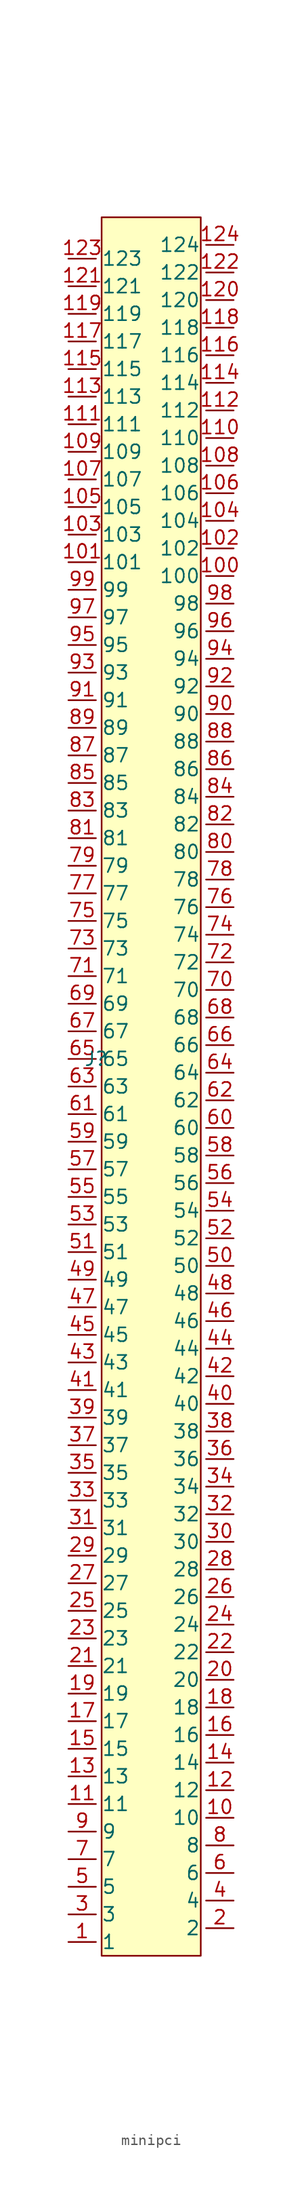
<source format=kicad_sym>
(kicad_symbol_lib
  (version 20220914)
  (generator kicad_symbol_editor)
  (symbol "minipci"
    (property "Reference" "J"
      (at -5.08 118.11 0)
      (effects (font (size 1.27 1.27))))
    (property "Value" ""
      (at 5.08 77.47 0)
      (effects (font (size 1.27 1.27))))
    (symbol "minipci_0_1"
      (rectangle (start -4.555 195.58) (end 4.59 35.56) (stroke (width 0) (type default)) (fill (type background))))
    (symbol "minipci_1_1"
      (pin input line (at -7.62 36.83 0) (length 2.54) (name "1" (effects (font (size 1.27 1.27)))) (number "1" (effects (font (size 1.27 1.27)))))
      (pin input line (at 7.62 48.26 180) (length 2.54) (name "10" (effects (font (size 1.27 1.27)))) (number "10" (effects (font (size 1.27 1.27)))))
      (pin input line (at 7.62 162.56 180) (length 2.54) (name "100" (effects (font (size 1.27 1.27)))) (number "100" (effects (font (size 1.27 1.27)))))
      (pin input line (at -7.62 163.83 0) (length 2.54) (name "101" (effects (font (size 1.27 1.27)))) (number "101" (effects (font (size 1.27 1.27)))))
      (pin input line (at 7.62 165.1 180) (length 2.54) (name "102" (effects (font (size 1.27 1.27)))) (number "102" (effects (font (size 1.27 1.27)))))
      (pin input line (at -7.62 166.37 0) (length 2.54) (name "103" (effects (font (size 1.27 1.27)))) (number "103" (effects (font (size 1.27 1.27)))))
      (pin input line (at 7.62 167.64 180) (length 2.54) (name "104" (effects (font (size 1.27 1.27)))) (number "104" (effects (font (size 1.27 1.27)))))
      (pin input line (at -7.62 168.91 0) (length 2.54) (name "105" (effects (font (size 1.27 1.27)))) (number "105" (effects (font (size 1.27 1.27)))))
      (pin input line (at 7.62 170.18 180) (length 2.54) (name "106" (effects (font (size 1.27 1.27)))) (number "106" (effects (font (size 1.27 1.27)))))
      (pin input line (at -7.62 171.45 0) (length 2.54) (name "107" (effects (font (size 1.27 1.27)))) (number "107" (effects (font (size 1.27 1.27)))))
      (pin input line (at 7.62 172.72 180) (length 2.54) (name "108" (effects (font (size 1.27 1.27)))) (number "108" (effects (font (size 1.27 1.27)))))
      (pin input line (at -7.62 173.99 0) (length 2.54) (name "109" (effects (font (size 1.27 1.27)))) (number "109" (effects (font (size 1.27 1.27)))))
      (pin input line (at -7.62 49.53 0) (length 2.54) (name "11" (effects (font (size 1.27 1.27)))) (number "11" (effects (font (size 1.27 1.27)))))
      (pin input line (at 7.62 175.26 180) (length 2.54) (name "110" (effects (font (size 1.27 1.27)))) (number "110" (effects (font (size 1.27 1.27)))))
      (pin input line (at -7.62 176.53 0) (length 2.54) (name "111" (effects (font (size 1.27 1.27)))) (number "111" (effects (font (size 1.27 1.27)))))
      (pin input line (at 7.62 177.8 180) (length 2.54) (name "112" (effects (font (size 1.27 1.27)))) (number "112" (effects (font (size 1.27 1.27)))))
      (pin input line (at -7.62 179.07 0) (length 2.54) (name "113" (effects (font (size 1.27 1.27)))) (number "113" (effects (font (size 1.27 1.27)))))
      (pin input line (at 7.62 180.34 180) (length 2.54) (name "114" (effects (font (size 1.27 1.27)))) (number "114" (effects (font (size 1.27 1.27)))))
      (pin input line (at -7.62 181.61 0) (length 2.54) (name "115" (effects (font (size 1.27 1.27)))) (number "115" (effects (font (size 1.27 1.27)))))
      (pin input line (at 7.62 182.88 180) (length 2.54) (name "116" (effects (font (size 1.27 1.27)))) (number "116" (effects (font (size 1.27 1.27)))))
      (pin input line (at -7.62 184.15 0) (length 2.54) (name "117" (effects (font (size 1.27 1.27)))) (number "117" (effects (font (size 1.27 1.27)))))
      (pin input line (at 7.62 185.42 180) (length 2.54) (name "118" (effects (font (size 1.27 1.27)))) (number "118" (effects (font (size 1.27 1.27)))))
      (pin input line (at -7.62 186.69 0) (length 2.54) (name "119" (effects (font (size 1.27 1.27)))) (number "119" (effects (font (size 1.27 1.27)))))
      (pin input line (at 7.62 50.8 180) (length 2.54) (name "12" (effects (font (size 1.27 1.27)))) (number "12" (effects (font (size 1.27 1.27)))))
      (pin input line (at 7.62 187.96 180) (length 2.54) (name "120" (effects (font (size 1.27 1.27)))) (number "120" (effects (font (size 1.27 1.27)))))
      (pin input line (at -7.62 189.23 0) (length 2.54) (name "121" (effects (font (size 1.27 1.27)))) (number "121" (effects (font (size 1.27 1.27)))))
      (pin input line (at 7.62 190.5 180) (length 2.54) (name "122" (effects (font (size 1.27 1.27)))) (number "122" (effects (font (size 1.27 1.27)))))
      (pin input line (at -7.62 191.77 0) (length 2.54) (name "123" (effects (font (size 1.27 1.27)))) (number "123" (effects (font (size 1.27 1.27)))))
      (pin input line (at 7.62 193.04 180) (length 2.54) (name "124" (effects (font (size 1.27 1.27)))) (number "124" (effects (font (size 1.27 1.27)))))
      (pin input line (at -7.62 52.07 0) (length 2.54) (name "13" (effects (font (size 1.27 1.27)))) (number "13" (effects (font (size 1.27 1.27)))))
      (pin input line (at 7.62 53.34 180) (length 2.54) (name "14" (effects (font (size 1.27 1.27)))) (number "14" (effects (font (size 1.27 1.27)))))
      (pin input line (at -7.62 54.61 0) (length 2.54) (name "15" (effects (font (size 1.27 1.27)))) (number "15" (effects (font (size 1.27 1.27)))))
      (pin input line (at 7.62 55.88 180) (length 2.54) (name "16" (effects (font (size 1.27 1.27)))) (number "16" (effects (font (size 1.27 1.27)))))
      (pin input line (at -7.62 57.15 0) (length 2.54) (name "17" (effects (font (size 1.27 1.27)))) (number "17" (effects (font (size 1.27 1.27)))))
      (pin input line (at 7.62 58.42 180) (length 2.54) (name "18" (effects (font (size 1.27 1.27)))) (number "18" (effects (font (size 1.27 1.27)))))
      (pin input line (at -7.62 59.69 0) (length 2.54) (name "19" (effects (font (size 1.27 1.27)))) (number "19" (effects (font (size 1.27 1.27)))))
      (pin input line (at 7.62 38.1 180) (length 2.54) (name "2" (effects (font (size 1.27 1.27)))) (number "2" (effects (font (size 1.27 1.27)))))
      (pin input line (at 7.62 60.96 180) (length 2.54) (name "20" (effects (font (size 1.27 1.27)))) (number "20" (effects (font (size 1.27 1.27)))))
      (pin input line (at -7.62 62.23 0) (length 2.54) (name "21" (effects (font (size 1.27 1.27)))) (number "21" (effects (font (size 1.27 1.27)))))
      (pin input line (at 7.62 63.5 180) (length 2.54) (name "22" (effects (font (size 1.27 1.27)))) (number "22" (effects (font (size 1.27 1.27)))))
      (pin input line (at -7.62 64.77 0) (length 2.54) (name "23" (effects (font (size 1.27 1.27)))) (number "23" (effects (font (size 1.27 1.27)))))
      (pin input line (at 7.62 66.04 180) (length 2.54) (name "24" (effects (font (size 1.27 1.27)))) (number "24" (effects (font (size 1.27 1.27)))))
      (pin input line (at -7.62 67.31 0) (length 2.54) (name "25" (effects (font (size 1.27 1.27)))) (number "25" (effects (font (size 1.27 1.27)))))
      (pin input line (at 7.62 68.58 180) (length 2.54) (name "26" (effects (font (size 1.27 1.27)))) (number "26" (effects (font (size 1.27 1.27)))))
      (pin input line (at -7.62 69.85 0) (length 2.54) (name "27" (effects (font (size 1.27 1.27)))) (number "27" (effects (font (size 1.27 1.27)))))
      (pin input line (at 7.62 71.12 180) (length 2.54) (name "28" (effects (font (size 1.27 1.27)))) (number "28" (effects (font (size 1.27 1.27)))))
      (pin input line (at -7.62 72.39 0) (length 2.54) (name "29" (effects (font (size 1.27 1.27)))) (number "29" (effects (font (size 1.27 1.27)))))
      (pin input line (at -7.62 39.37 0) (length 2.54) (name "3" (effects (font (size 1.27 1.27)))) (number "3" (effects (font (size 1.27 1.27)))))
      (pin input line (at 7.62 73.66 180) (length 2.54) (name "30" (effects (font (size 1.27 1.27)))) (number "30" (effects (font (size 1.27 1.27)))))
      (pin input line (at -7.62 74.93 0) (length 2.54) (name "31" (effects (font (size 1.27 1.27)))) (number "31" (effects (font (size 1.27 1.27)))))
      (pin input line (at 7.62 76.2 180) (length 2.54) (name "32" (effects (font (size 1.27 1.27)))) (number "32" (effects (font (size 1.27 1.27)))))
      (pin input line (at -7.62 77.47 0) (length 2.54) (name "33" (effects (font (size 1.27 1.27)))) (number "33" (effects (font (size 1.27 1.27)))))
      (pin input line (at 7.62 78.74 180) (length 2.54) (name "34" (effects (font (size 1.27 1.27)))) (number "34" (effects (font (size 1.27 1.27)))))
      (pin input line (at -7.62 80.01 0) (length 2.54) (name "35" (effects (font (size 1.27 1.27)))) (number "35" (effects (font (size 1.27 1.27)))))
      (pin input line (at 7.62 81.28 180) (length 2.54) (name "36" (effects (font (size 1.27 1.27)))) (number "36" (effects (font (size 1.27 1.27)))))
      (pin input line (at -7.62 82.55 0) (length 2.54) (name "37" (effects (font (size 1.27 1.27)))) (number "37" (effects (font (size 1.27 1.27)))))
      (pin input line (at 7.62 83.82 180) (length 2.54) (name "38" (effects (font (size 1.27 1.27)))) (number "38" (effects (font (size 1.27 1.27)))))
      (pin input line (at -7.62 85.09 0) (length 2.54) (name "39" (effects (font (size 1.27 1.27)))) (number "39" (effects (font (size 1.27 1.27)))))
      (pin input line (at 7.62 40.64 180) (length 2.54) (name "4" (effects (font (size 1.27 1.27)))) (number "4" (effects (font (size 1.27 1.27)))))
      (pin input line (at 7.62 86.36 180) (length 2.54) (name "40" (effects (font (size 1.27 1.27)))) (number "40" (effects (font (size 1.27 1.27)))))
      (pin input line (at -7.62 87.63 0) (length 2.54) (name "41" (effects (font (size 1.27 1.27)))) (number "41" (effects (font (size 1.27 1.27)))))
      (pin input line (at 7.62 88.9 180) (length 2.54) (name "42" (effects (font (size 1.27 1.27)))) (number "42" (effects (font (size 1.27 1.27)))))
      (pin input line (at -7.62 90.17 0) (length 2.54) (name "43" (effects (font (size 1.27 1.27)))) (number "43" (effects (font (size 1.27 1.27)))))
      (pin input line (at 7.62 91.44 180) (length 2.54) (name "44" (effects (font (size 1.27 1.27)))) (number "44" (effects (font (size 1.27 1.27)))))
      (pin input line (at -7.62 92.71 0) (length 2.54) (name "45" (effects (font (size 1.27 1.27)))) (number "45" (effects (font (size 1.27 1.27)))))
      (pin input line (at 7.62 93.98 180) (length 2.54) (name "46" (effects (font (size 1.27 1.27)))) (number "46" (effects (font (size 1.27 1.27)))))
      (pin input line (at -7.62 95.25 0) (length 2.54) (name "47" (effects (font (size 1.27 1.27)))) (number "47" (effects (font (size 1.27 1.27)))))
      (pin input line (at 7.62 96.52 180) (length 2.54) (name "48" (effects (font (size 1.27 1.27)))) (number "48" (effects (font (size 1.27 1.27)))))
      (pin input line (at -7.62 97.79 0) (length 2.54) (name "49" (effects (font (size 1.27 1.27)))) (number "49" (effects (font (size 1.27 1.27)))))
      (pin input line (at -7.62 41.91 0) (length 2.54) (name "5" (effects (font (size 1.27 1.27)))) (number "5" (effects (font (size 1.27 1.27)))))
      (pin input line (at 7.62 99.06 180) (length 2.54) (name "50" (effects (font (size 1.27 1.27)))) (number "50" (effects (font (size 1.27 1.27)))))
      (pin input line (at -7.62 100.33 0) (length 2.54) (name "51" (effects (font (size 1.27 1.27)))) (number "51" (effects (font (size 1.27 1.27)))))
      (pin input line (at 7.62 101.6 180) (length 2.54) (name "52" (effects (font (size 1.27 1.27)))) (number "52" (effects (font (size 1.27 1.27)))))
      (pin input line (at -7.62 102.87 0) (length 2.54) (name "53" (effects (font (size 1.27 1.27)))) (number "53" (effects (font (size 1.27 1.27)))))
      (pin input line (at 7.62 104.14 180) (length 2.54) (name "54" (effects (font (size 1.27 1.27)))) (number "54" (effects (font (size 1.27 1.27)))))
      (pin input line (at -7.62 105.41 0) (length 2.54) (name "55" (effects (font (size 1.27 1.27)))) (number "55" (effects (font (size 1.27 1.27)))))
      (pin input line (at 7.62 106.68 180) (length 2.54) (name "56" (effects (font (size 1.27 1.27)))) (number "56" (effects (font (size 1.27 1.27)))))
      (pin input line (at -7.62 107.95 0) (length 2.54) (name "57" (effects (font (size 1.27 1.27)))) (number "57" (effects (font (size 1.27 1.27)))))
      (pin input line (at 7.62 109.22 180) (length 2.54) (name "58" (effects (font (size 1.27 1.27)))) (number "58" (effects (font (size 1.27 1.27)))))
      (pin input line (at -7.62 110.49 0) (length 2.54) (name "59" (effects (font (size 1.27 1.27)))) (number "59" (effects (font (size 1.27 1.27)))))
      (pin input line (at 7.62 43.18 180) (length 2.54) (name "6" (effects (font (size 1.27 1.27)))) (number "6" (effects (font (size 1.27 1.27)))))
      (pin input line (at 7.62 111.76 180) (length 2.54) (name "60" (effects (font (size 1.27 1.27)))) (number "60" (effects (font (size 1.27 1.27)))))
      (pin input line (at -7.62 113.03 0) (length 2.54) (name "61" (effects (font (size 1.27 1.27)))) (number "61" (effects (font (size 1.27 1.27)))))
      (pin input line (at 7.62 114.3 180) (length 2.54) (name "62" (effects (font (size 1.27 1.27)))) (number "62" (effects (font (size 1.27 1.27)))))
      (pin input line (at -7.62 115.57 0) (length 2.54) (name "63" (effects (font (size 1.27 1.27)))) (number "63" (effects (font (size 1.27 1.27)))))
      (pin input line (at 7.62 116.84 180) (length 2.54) (name "64" (effects (font (size 1.27 1.27)))) (number "64" (effects (font (size 1.27 1.27)))))
      (pin input line (at -7.62 118.11 0) (length 2.54) (name "65" (effects (font (size 1.27 1.27)))) (number "65" (effects (font (size 1.27 1.27)))))
      (pin input line (at 7.62 119.38 180) (length 2.54) (name "66" (effects (font (size 1.27 1.27)))) (number "66" (effects (font (size 1.27 1.27)))))
      (pin input line (at -7.62 120.65 0) (length 2.54) (name "67" (effects (font (size 1.27 1.27)))) (number "67" (effects (font (size 1.27 1.27)))))
      (pin input line (at 7.62 121.92 180) (length 2.54) (name "68" (effects (font (size 1.27 1.27)))) (number "68" (effects (font (size 1.27 1.27)))))
      (pin input line (at -7.62 123.19 0) (length 2.54) (name "69" (effects (font (size 1.27 1.27)))) (number "69" (effects (font (size 1.27 1.27)))))
      (pin input line (at -7.62 44.45 0) (length 2.54) (name "7" (effects (font (size 1.27 1.27)))) (number "7" (effects (font (size 1.27 1.27)))))
      (pin input line (at 7.62 124.46 180) (length 2.54) (name "70" (effects (font (size 1.27 1.27)))) (number "70" (effects (font (size 1.27 1.27)))))
      (pin input line (at -7.62 125.73 0) (length 2.54) (name "71" (effects (font (size 1.27 1.27)))) (number "71" (effects (font (size 1.27 1.27)))))
      (pin input line (at 7.62 127 180) (length 2.54) (name "72" (effects (font (size 1.27 1.27)))) (number "72" (effects (font (size 1.27 1.27)))))
      (pin input line (at -7.62 128.27 0) (length 2.54) (name "73" (effects (font (size 1.27 1.27)))) (number "73" (effects (font (size 1.27 1.27)))))
      (pin input line (at 7.62 129.54 180) (length 2.54) (name "74" (effects (font (size 1.27 1.27)))) (number "74" (effects (font (size 1.27 1.27)))))
      (pin input line (at -7.62 130.81 0) (length 2.54) (name "75" (effects (font (size 1.27 1.27)))) (number "75" (effects (font (size 1.27 1.27)))))
      (pin input line (at 7.62 132.08 180) (length 2.54) (name "76" (effects (font (size 1.27 1.27)))) (number "76" (effects (font (size 1.27 1.27)))))
      (pin input line (at -7.62 133.35 0) (length 2.54) (name "77" (effects (font (size 1.27 1.27)))) (number "77" (effects (font (size 1.27 1.27)))))
      (pin input line (at 7.62 134.62 180) (length 2.54) (name "78" (effects (font (size 1.27 1.27)))) (number "78" (effects (font (size 1.27 1.27)))))
      (pin input line (at -7.62 135.89 0) (length 2.54) (name "79" (effects (font (size 1.27 1.27)))) (number "79" (effects (font (size 1.27 1.27)))))
      (pin input line (at 7.62 45.72 180) (length 2.54) (name "8" (effects (font (size 1.27 1.27)))) (number "8" (effects (font (size 1.27 1.27)))))
      (pin input line (at 7.62 137.16 180) (length 2.54) (name "80" (effects (font (size 1.27 1.27)))) (number "80" (effects (font (size 1.27 1.27)))))
      (pin input line (at -7.62 138.43 0) (length 2.54) (name "81" (effects (font (size 1.27 1.27)))) (number "81" (effects (font (size 1.27 1.27)))))
      (pin input line (at 7.62 139.7 180) (length 2.54) (name "82" (effects (font (size 1.27 1.27)))) (number "82" (effects (font (size 1.27 1.27)))))
      (pin input line (at -7.62 140.97 0) (length 2.54) (name "83" (effects (font (size 1.27 1.27)))) (number "83" (effects (font (size 1.27 1.27)))))
      (pin input line (at 7.62 142.24 180) (length 2.54) (name "84" (effects (font (size 1.27 1.27)))) (number "84" (effects (font (size 1.27 1.27)))))
      (pin input line (at -7.62 143.51 0) (length 2.54) (name "85" (effects (font (size 1.27 1.27)))) (number "85" (effects (font (size 1.27 1.27)))))
      (pin input line (at 7.62 144.78 180) (length 2.54) (name "86" (effects (font (size 1.27 1.27)))) (number "86" (effects (font (size 1.27 1.27)))))
      (pin input line (at -7.62 146.05 0) (length 2.54) (name "87" (effects (font (size 1.27 1.27)))) (number "87" (effects (font (size 1.27 1.27)))))
      (pin input line (at 7.62 147.32 180) (length 2.54) (name "88" (effects (font (size 1.27 1.27)))) (number "88" (effects (font (size 1.27 1.27)))))
      (pin input line (at -7.62 148.59 0) (length 2.54) (name "89" (effects (font (size 1.27 1.27)))) (number "89" (effects (font (size 1.27 1.27)))))
      (pin input line (at -7.62 46.99 0) (length 2.54) (name "9" (effects (font (size 1.27 1.27)))) (number "9" (effects (font (size 1.27 1.27)))))
      (pin input line (at 7.62 149.86 180) (length 2.54) (name "90" (effects (font (size 1.27 1.27)))) (number "90" (effects (font (size 1.27 1.27)))))
      (pin input line (at -7.62 151.13 0) (length 2.54) (name "91" (effects (font (size 1.27 1.27)))) (number "91" (effects (font (size 1.27 1.27)))))
      (pin input line (at 7.62 152.4 180) (length 2.54) (name "92" (effects (font (size 1.27 1.27)))) (number "92" (effects (font (size 1.27 1.27)))))
      (pin input line (at -7.62 153.67 0) (length 2.54) (name "93" (effects (font (size 1.27 1.27)))) (number "93" (effects (font (size 1.27 1.27)))))
      (pin input line (at 7.62 154.94 180) (length 2.54) (name "94" (effects (font (size 1.27 1.27)))) (number "94" (effects (font (size 1.27 1.27)))))
      (pin input line (at -7.62 156.21 0) (length 2.54) (name "95" (effects (font (size 1.27 1.27)))) (number "95" (effects (font (size 1.27 1.27)))))
      (pin input line (at 7.62 157.48 180) (length 2.54) (name "96" (effects (font (size 1.27 1.27)))) (number "96" (effects (font (size 1.27 1.27)))))
      (pin input line (at -7.62 158.75 0) (length 2.54) (name "97" (effects (font (size 1.27 1.27)))) (number "97" (effects (font (size 1.27 1.27)))))
      (pin input line (at 7.62 160.02 180) (length 2.54) (name "98" (effects (font (size 1.27 1.27)))) (number "98" (effects (font (size 1.27 1.27)))))
      (pin input line (at -7.62 161.29 0) (length 2.54) (name "99" (effects (font (size 1.27 1.27)))) (number "99" (effects (font (size 1.27 1.27))))))))
</source>
